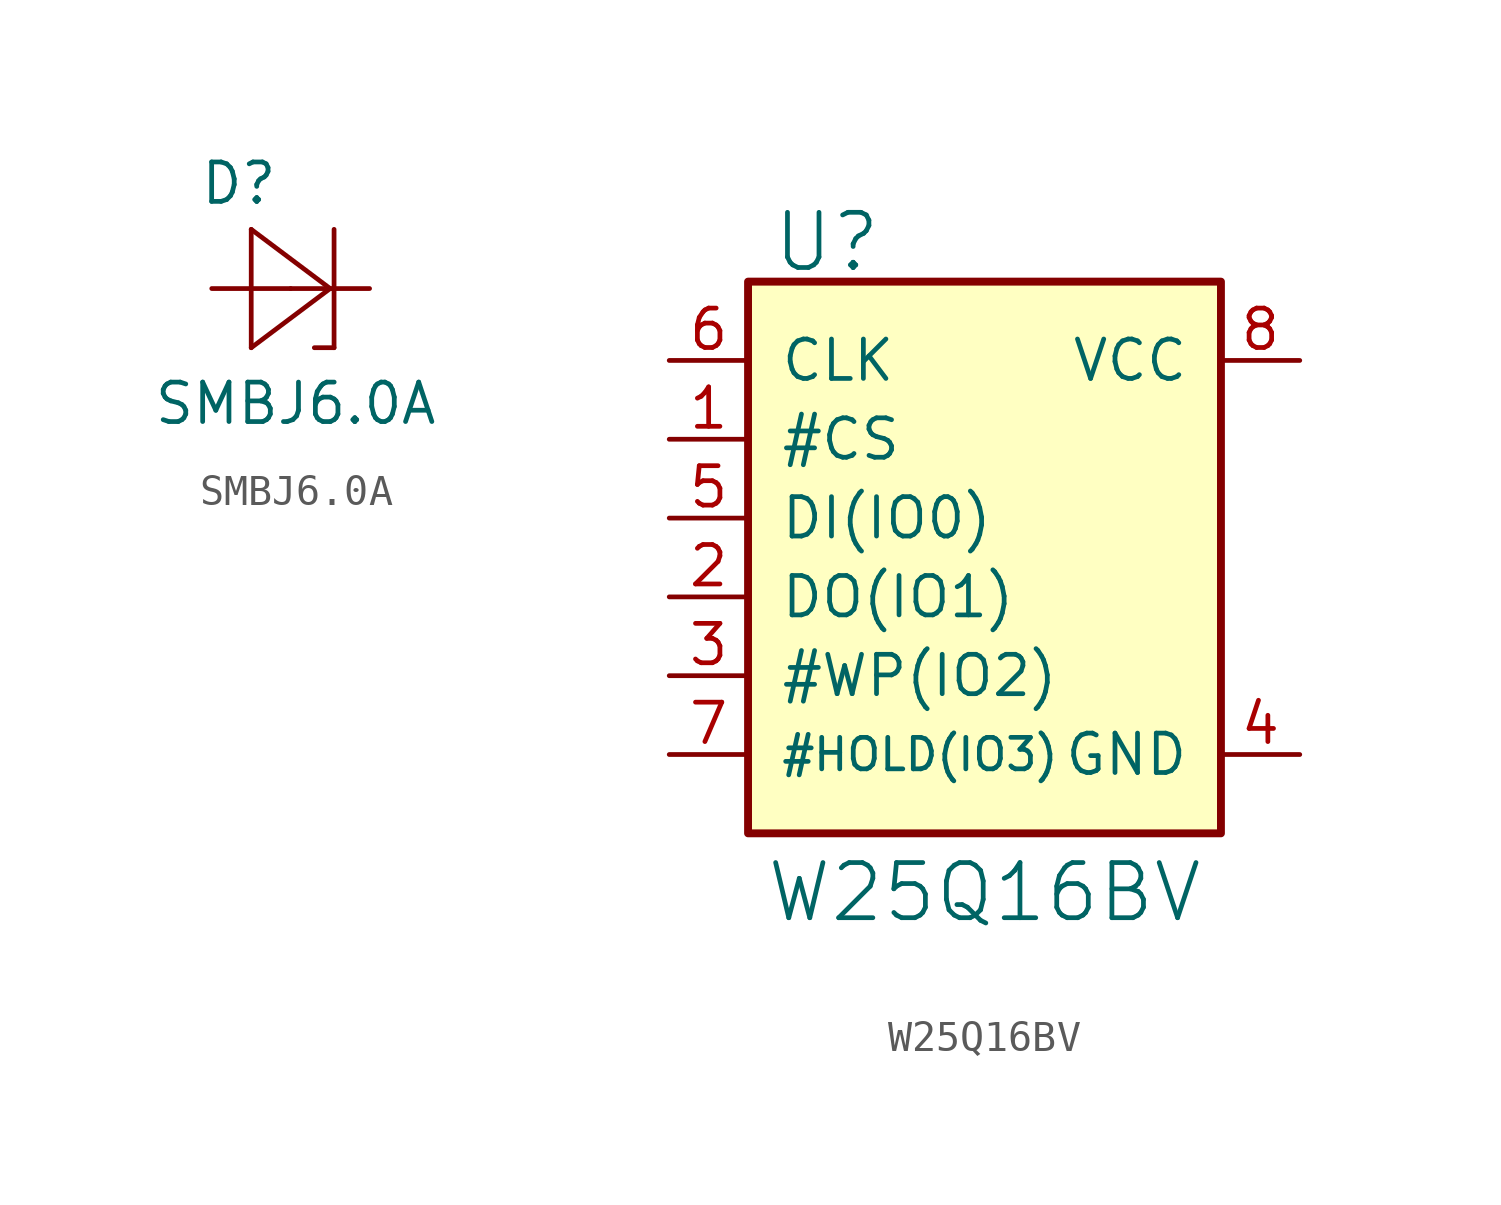
<source format=kicad_sym>
(kicad_symbol_lib
  (version 20211014)
  (generator kicad_symbol_editor)
  (symbol "SMBJ6.0A"
    (pin_numbers hide)
    (pin_names
      (offset 1.016) hide)
    (property "Reference" "D"
      (at -2.946 2.642 0)
      (effects (font (size 1.27 1.27)) (justify left bottom)))
    (property "Value" "SMBJ6.0A"
      (at -4.445 -4.445 0)
      (effects (font (size 1.27 1.27)) (justify left bottom)))
    (property "Datasheet" ""
      (at 0 0 0)
      (effects (font (size 1.524 1.524))))
    (property "ki_locked" ""
      (at 0 0 0)
      (effects (font (size 1.27 1.27))))
    (symbol "SMBJ6.0A_1_0"
      (polyline (pts (xy -1.27 -1.905) (xy 1.27 0)) (stroke (width 0) (type default) (color 0 0 0 0)) (fill (type none)))
      (polyline (pts (xy -1.27 1.905) (xy -1.27 -1.905)) (stroke (width 0) (type default) (color 0 0 0 0)) (fill (type none)))
      (polyline (pts (xy 1.27 0) (xy -1.27 1.905)) (stroke (width 0) (type default) (color 0 0 0 0)) (fill (type none)))
      (polyline (pts (xy 1.397 -1.905) (xy 0.762 -1.905)) (stroke (width 0) (type default) (color 0 0 0 0)) (fill (type none)))
      (polyline (pts (xy 1.397 1.905) (xy 1.397 -1.905)) (stroke (width 0) (type default) (color 0 0 0 0)) (fill (type none))))
    (symbol "SMBJ6.0A_1_1"
      (pin passive line (at -2.54 0 0) (length 2.54) (name "A" (effects (font (size 1.27 1.27)))) (number "A" (effects (font (size 1.27 1.27)))))
      (pin passive line (at 2.54 0 180) (length 2.54) (name "C" (effects (font (size 1.27 1.27)))) (number "C" (effects (font (size 1.27 1.27)))))))
  (symbol "W25Q16BV"
    (pin_names
      (offset 1.016))
    (property "Reference" "U"
      (at -5.08 10.16 0)
      (effects (font (size 1.778 1.778))))
    (property "Value" "W25Q16BV"
      (at 0 -10.795 0)
      (effects (font (size 1.778 1.778))))
    (property "Footprint" ""
      (at -2.54 0 0)
      (effects (font (size 2.54 2.54))))
    (property "Datasheet" ""
      (at -2.54 0 0)
      (effects (font (size 2.54 2.54))))
    (symbol "W25Q16BV_0_1"
      (polyline (pts (xy 7.62 8.89) (xy 7.62 -8.89) (xy -7.62 -8.89) (xy -7.62 8.89) (xy 7.62 8.89)) (stroke (width 0.254) (type default) (color 0 0 0 0)) (fill (type background))))
    (symbol "W25Q16BV_1_1"
      (pin passive line (at -10.16 3.81 0) (length 2.54) (name "#CS" (effects (font (size 1.27 1.27)))) (number "1" (effects (font (size 1.27 1.27)))))
      (pin passive line (at -10.16 -1.27 0) (length 2.54) (name "DO(IO1)" (effects (font (size 1.27 1.27)))) (number "2" (effects (font (size 1.27 1.27)))))
      (pin passive line (at -10.16 -3.81 0) (length 2.54) (name "#WP(IO2)" (effects (font (size 1.27 1.27)))) (number "3" (effects (font (size 1.27 1.27)))))
      (pin passive line (at 10.16 -6.35 180) (length 2.54) (name "GND" (effects (font (size 1.27 1.27)))) (number "4" (effects (font (size 1.27 1.27)))))
      (pin passive line (at -10.16 1.27 0) (length 2.54) (name "DI(IO0)" (effects (font (size 1.27 1.27)))) (number "5" (effects (font (size 1.27 1.27)))))
      (pin passive line (at -10.16 6.35 0) (length 2.54) (name "CLK" (effects (font (size 1.27 1.27)))) (number "6" (effects (font (size 1.27 1.27)))))
      (pin passive line (at -10.16 -6.35 0) (length 2.54) (name "#HOLD(IO3)" (effects (font (size 1.016 1.016)))) (number "7" (effects (font (size 1.27 1.27)))))
      (pin passive line (at 10.16 6.35 180) (length 2.54) (name "VCC" (effects (font (size 1.27 1.27)))) (number "8" (effects (font (size 1.27 1.27))))))))
</source>
